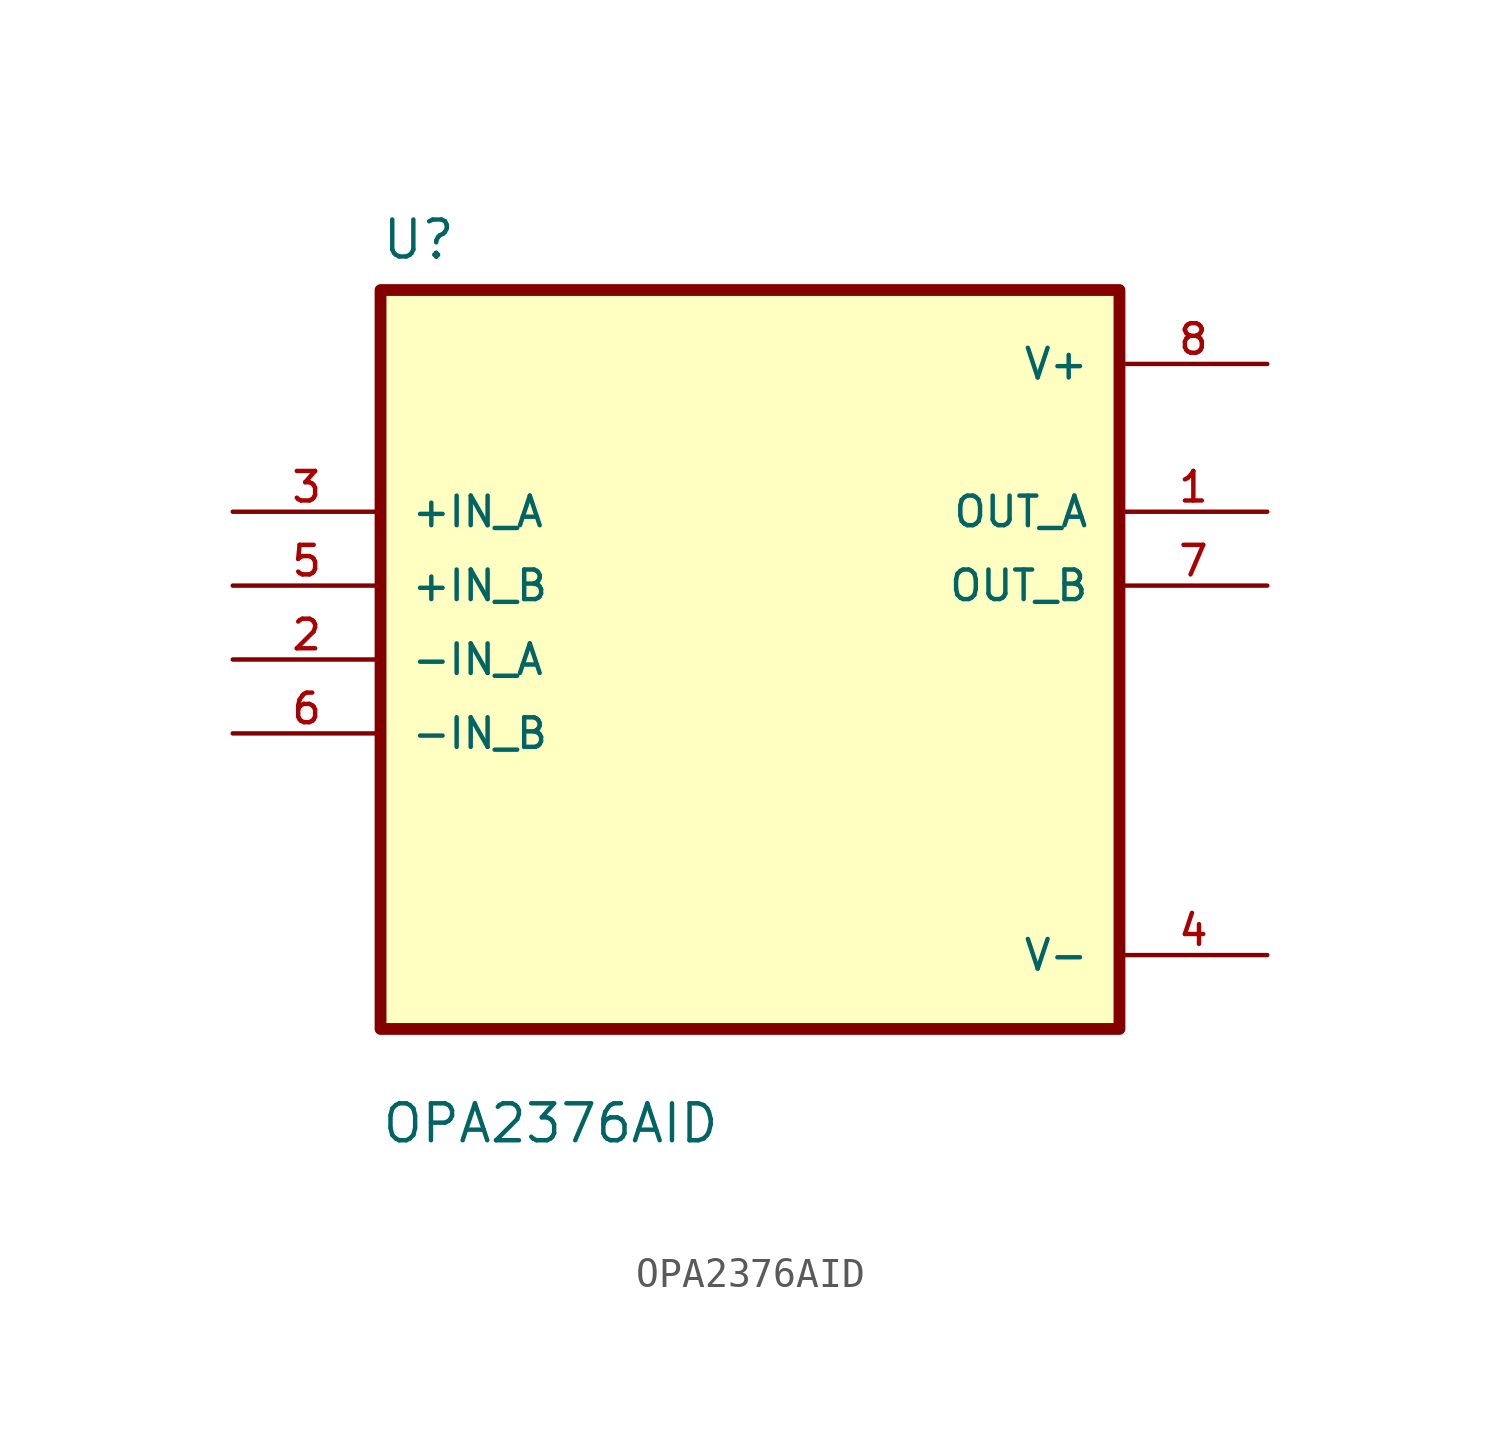
<source format=kicad_sym>
(kicad_symbol_lib
  (version 20211014)
  (generator kicad_symbol_editor)
  (symbol "OPA2376AID"
    (pin_names
      (offset 1.016))
    (property "Reference" "U"
      (at -12.7 13.691 0)
      (effects (font (size 1.27 1.27)) (justify left bottom)))
    (property "Value" "OPA2376AID"
      (at -12.7 -16.688 0)
      (effects (font (size 1.27 1.27)) (justify left bottom)))
    (property "ki_locked" ""
      (at 0 0 0)
      (effects (font (size 1.27 1.27))))
    (symbol "OPA2376AID_0_0"
      (rectangle (start -12.7 -12.7) (end 12.7 12.7) (stroke (width 0.406) (type default) (color 0 0 0 0)) (fill (type background)))
      (pin output line (at 17.78 5.08 180) (length 5.08) (name "OUT_A" (effects (font (size 1.016 1.016)))) (number "1" (effects (font (size 1.016 1.016)))))
      (pin input line (at -17.78 0 0) (length 5.08) (name "-IN_A" (effects (font (size 1.016 1.016)))) (number "2" (effects (font (size 1.016 1.016)))))
      (pin input line (at -17.78 5.08 0) (length 5.08) (name "+IN_A" (effects (font (size 1.016 1.016)))) (number "3" (effects (font (size 1.016 1.016)))))
      (pin power_in line (at 17.78 -10.16 180) (length 5.08) (name "V-" (effects (font (size 1.016 1.016)))) (number "4" (effects (font (size 1.016 1.016)))))
      (pin input line (at -17.78 2.54 0) (length 5.08) (name "+IN_B" (effects (font (size 1.016 1.016)))) (number "5" (effects (font (size 1.016 1.016)))))
      (pin input line (at -17.78 -2.54 0) (length 5.08) (name "-IN_B" (effects (font (size 1.016 1.016)))) (number "6" (effects (font (size 1.016 1.016)))))
      (pin output line (at 17.78 2.54 180) (length 5.08) (name "OUT_B" (effects (font (size 1.016 1.016)))) (number "7" (effects (font (size 1.016 1.016)))))
      (pin power_in line (at 17.78 10.16 180) (length 5.08) (name "V+" (effects (font (size 1.016 1.016)))) (number "8" (effects (font (size 1.016 1.016))))))))
</source>
